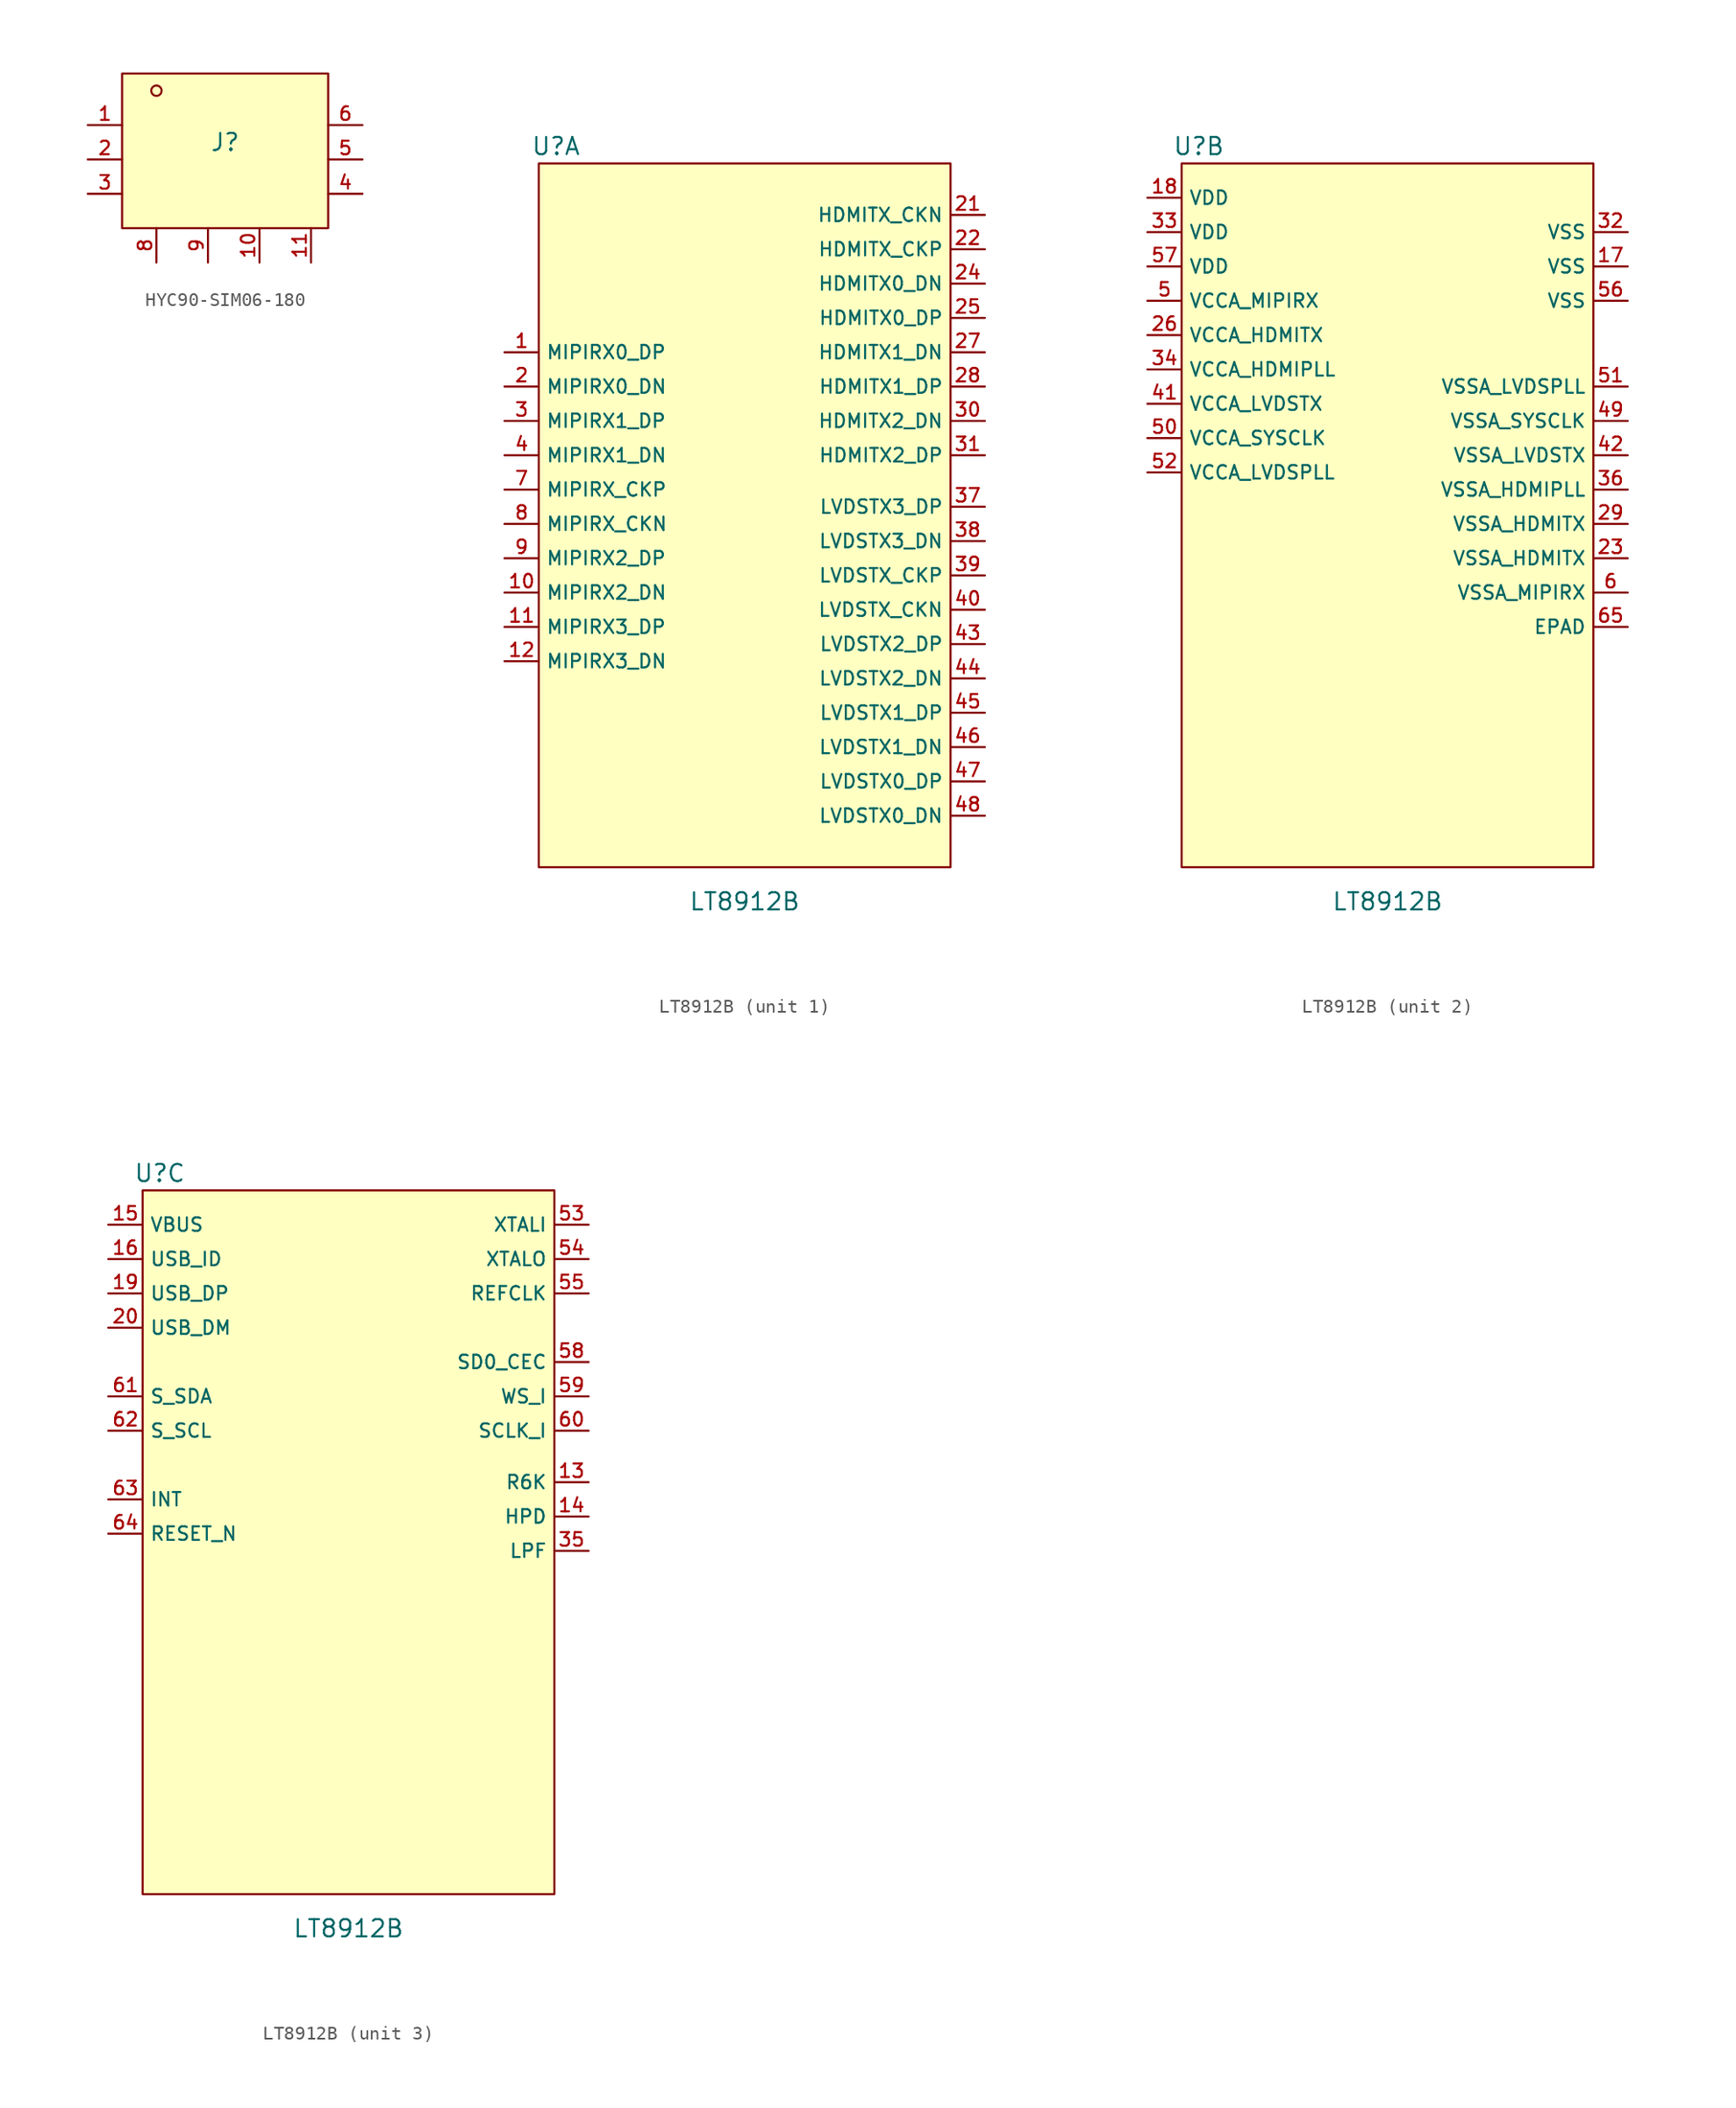
<source format=kicad_sym>
(kicad_symbol_lib
  (version 20241209)
  (generator "kicad_symbol_editor")
  (generator_version "9.0")
  (symbol "HYC90-SIM06-180"
    (pin_names
      (hide yes))
    (property "Reference" "J"
      (at 0 1.27 0)
      (effects (font (size 1.27 1.27))))
    (symbol "HYC90-SIM06-180_0_1"
      (rectangle (start -7.62 6.35) (end 7.62 -5.08) (stroke (width 0) (type default)) (fill (type background)))
      (circle (center -5.08 5.08) (radius 0.381) (stroke (width 0) (type default)) (fill (type background)))
      (pin unspecified line (at -10.16 2.54 0) (length 2.54) (name "VCC" (effects (font (size 1 1)))) (number "1" (effects (font (size 1 1)))))
      (pin unspecified line (at -10.16 0 0) (length 2.54) (name "RST" (effects (font (size 1 1)))) (number "2" (effects (font (size 1 1)))))
      (pin unspecified line (at -10.16 -2.54 0) (length 2.54) (name "CLK" (effects (font (size 1 1)))) (number "3" (effects (font (size 1 1)))))
      (pin unspecified line (at -5.08 -7.62 90) (length 2.54) (name "EP" (effects (font (size 1 1)))) (number "8" (effects (font (size 1 1)))))
      (pin unspecified line (at -1.27 -7.62 90) (length 2.54) (name "EP" (effects (font (size 1 1)))) (number "9" (effects (font (size 1 1)))))
      (pin unspecified line (at 2.54 -7.62 90) (length 2.54) (name "EP" (effects (font (size 1 1)))) (number "10" (effects (font (size 1 1)))))
      (pin unspecified line (at 6.35 -7.62 90) (length 2.54) (name "EP" (effects (font (size 1 1)))) (number "11" (effects (font (size 1 1)))))
      (pin unspecified line (at 10.16 2.54 180) (length 2.54) (name "IO" (effects (font (size 1 1)))) (number "6" (effects (font (size 1 1)))))
      (pin unspecified line (at 10.16 0 180) (length 2.54) (name "VPP" (effects (font (size 1 1)))) (number "5" (effects (font (size 1 1)))))
      (pin unspecified line (at 10.16 -2.54 180) (length 2.54) (name "GND" (effects (font (size 1 1)))) (number "4" (effects (font (size 1 1)))))))
  (symbol "LT8912B"
    (property "Reference" "U"
      (at -13.97 43.18 0)
      (effects (font (size 1.27 1.27))))
    (property "Value" "LT8912B"
      (at 0 -12.7 0)
      (effects (font (size 1.27 1.27))))
    (property "ki_locked" ""
      (at 0 0 0)
      (effects (font (size 1.27 1.27))))
    (symbol "LT8912B_0_1"
      (rectangle (start -15.24 41.91) (end 15.24 -10.16) (stroke (width 0) (type default)) (fill (type background))))
    (symbol "LT8912B_1_1"
      (pin unspecified line (at -17.78 27.94 0) (length 2.54) (name "MIPIRX0_DP" (effects (font (size 1 1)))) (number "1" (effects (font (size 1 1)))))
      (pin unspecified line (at -17.78 25.4 0) (length 2.54) (name "MIPIRX0_DN" (effects (font (size 1 1)))) (number "2" (effects (font (size 1 1)))))
      (pin unspecified line (at -17.78 22.86 0) (length 2.54) (name "MIPIRX1_DP" (effects (font (size 1 1)))) (number "3" (effects (font (size 1 1)))))
      (pin unspecified line (at -17.78 20.32 0) (length 2.54) (name "MIPIRX1_DN" (effects (font (size 1 1)))) (number "4" (effects (font (size 1 1)))))
      (pin unspecified line (at -17.78 17.78 0) (length 2.54) (name "MIPIRX_CKP" (effects (font (size 1 1)))) (number "7" (effects (font (size 1 1)))))
      (pin unspecified line (at -17.78 15.24 0) (length 2.54) (name "MIPIRX_CKN" (effects (font (size 1 1)))) (number "8" (effects (font (size 1 1)))))
      (pin unspecified line (at -17.78 12.7 0) (length 2.54) (name "MIPIRX2_DP" (effects (font (size 1 1)))) (number "9" (effects (font (size 1 1)))))
      (pin unspecified line (at -17.78 10.16 0) (length 2.54) (name "MIPIRX2_DN" (effects (font (size 1 1)))) (number "10" (effects (font (size 1 1)))))
      (pin unspecified line (at -17.78 7.62 0) (length 2.54) (name "MIPIRX3_DP" (effects (font (size 1 1)))) (number "11" (effects (font (size 1 1)))))
      (pin unspecified line (at -17.78 5.08 0) (length 2.54) (name "MIPIRX3_DN" (effects (font (size 1 1)))) (number "12" (effects (font (size 1 1)))))
      (pin unspecified line (at 17.78 38.1 180) (length 2.54) (name "HDMITX_CKN" (effects (font (size 1 1)))) (number "21" (effects (font (size 1 1)))))
      (pin unspecified line (at 17.78 35.56 180) (length 2.54) (name "HDMITX_CKP" (effects (font (size 1 1)))) (number "22" (effects (font (size 1 1)))))
      (pin unspecified line (at 17.78 33.02 180) (length 2.54) (name "HDMITX0_DN" (effects (font (size 1 1)))) (number "24" (effects (font (size 1 1)))))
      (pin unspecified line (at 17.78 30.48 180) (length 2.54) (name "HDMITX0_DP" (effects (font (size 1 1)))) (number "25" (effects (font (size 1 1)))))
      (pin unspecified line (at 17.78 27.94 180) (length 2.54) (name "HDMITX1_DN" (effects (font (size 1 1)))) (number "27" (effects (font (size 1 1)))))
      (pin unspecified line (at 17.78 25.4 180) (length 2.54) (name "HDMITX1_DP" (effects (font (size 1 1)))) (number "28" (effects (font (size 1 1)))))
      (pin unspecified line (at 17.78 22.86 180) (length 2.54) (name "HDMITX2_DN" (effects (font (size 1 1)))) (number "30" (effects (font (size 1 1)))))
      (pin unspecified line (at 17.78 20.32 180) (length 2.54) (name "HDMITX2_DP" (effects (font (size 1 1)))) (number "31" (effects (font (size 1 1)))))
      (pin unspecified line (at 17.78 16.51 180) (length 2.54) (name "LVDSTX3_DP" (effects (font (size 1 1)))) (number "37" (effects (font (size 1 1)))))
      (pin unspecified line (at 17.78 13.97 180) (length 2.54) (name "LVDSTX3_DN" (effects (font (size 1 1)))) (number "38" (effects (font (size 1 1)))))
      (pin unspecified line (at 17.78 11.43 180) (length 2.54) (name "LVDSTX_CKP" (effects (font (size 1 1)))) (number "39" (effects (font (size 1 1)))))
      (pin unspecified line (at 17.78 8.89 180) (length 2.54) (name "LVDSTX_CKN" (effects (font (size 1 1)))) (number "40" (effects (font (size 1 1)))))
      (pin unspecified line (at 17.78 6.35 180) (length 2.54) (name "LVDSTX2_DP" (effects (font (size 1 1)))) (number "43" (effects (font (size 1 1)))))
      (pin unspecified line (at 17.78 3.81 180) (length 2.54) (name "LVDSTX2_DN" (effects (font (size 1 1)))) (number "44" (effects (font (size 1 1)))))
      (pin unspecified line (at 17.78 1.27 180) (length 2.54) (name "LVDSTX1_DP" (effects (font (size 1 1)))) (number "45" (effects (font (size 1 1)))))
      (pin unspecified line (at 17.78 -1.27 180) (length 2.54) (name "LVDSTX1_DN" (effects (font (size 1 1)))) (number "46" (effects (font (size 1 1)))))
      (pin unspecified line (at 17.78 -3.81 180) (length 2.54) (name "LVDSTX0_DP" (effects (font (size 1 1)))) (number "47" (effects (font (size 1 1)))))
      (pin unspecified line (at 17.78 -6.35 180) (length 2.54) (name "LVDSTX0_DN" (effects (font (size 1 1)))) (number "48" (effects (font (size 1 1))))))
    (symbol "LT8912B_2_1"
      (pin unspecified line (at -17.78 39.37 0) (length 2.54) (name "VDD" (effects (font (size 1 1)))) (number "18" (effects (font (size 1 1)))))
      (pin unspecified line (at -17.78 36.83 0) (length 2.54) (name "VDD" (effects (font (size 1 1)))) (number "33" (effects (font (size 1 1)))))
      (pin unspecified line (at -17.78 34.29 0) (length 2.54) (name "VDD" (effects (font (size 1 1)))) (number "57" (effects (font (size 1 1)))))
      (pin unspecified line (at -17.78 31.75 0) (length 2.54) (name "VCCA_MIPIRX" (effects (font (size 1 1)))) (number "5" (effects (font (size 1 1)))))
      (pin unspecified line (at -17.78 29.21 0) (length 2.54) (name "VCCA_HDMITX" (effects (font (size 1 1)))) (number "26" (effects (font (size 1 1)))))
      (pin unspecified line (at -17.78 26.67 0) (length 2.54) (name "VCCA_HDMIPLL" (effects (font (size 1 1)))) (number "34" (effects (font (size 1 1)))))
      (pin unspecified line (at -17.78 24.13 0) (length 2.54) (name "VCCA_LVDSTX" (effects (font (size 1 1)))) (number "41" (effects (font (size 1 1)))))
      (pin unspecified line (at -17.78 21.59 0) (length 2.54) (name "VCCA_SYSCLK" (effects (font (size 1 1)))) (number "50" (effects (font (size 1 1)))))
      (pin unspecified line (at -17.78 19.05 0) (length 2.54) (name "VCCA_LVDSPLL" (effects (font (size 1 1)))) (number "52" (effects (font (size 1 1)))))
      (pin unspecified line (at 17.78 36.83 180) (length 2.54) (name "VSS" (effects (font (size 1 1)))) (number "32" (effects (font (size 1 1)))))
      (pin unspecified line (at 17.78 34.29 180) (length 2.54) (name "VSS" (effects (font (size 1 1)))) (number "17" (effects (font (size 1 1)))))
      (pin unspecified line (at 17.78 31.75 180) (length 2.54) (name "VSS" (effects (font (size 1 1)))) (number "56" (effects (font (size 1 1)))))
      (pin unspecified line (at 17.78 25.4 180) (length 2.54) (name "VSSA_LVDSPLL" (effects (font (size 1 1)))) (number "51" (effects (font (size 1 1)))))
      (pin unspecified line (at 17.78 22.86 180) (length 2.54) (name "VSSA_SYSCLK" (effects (font (size 1 1)))) (number "49" (effects (font (size 1 1)))))
      (pin unspecified line (at 17.78 20.32 180) (length 2.54) (name "VSSA_LVDSTX" (effects (font (size 1 1)))) (number "42" (effects (font (size 1 1)))))
      (pin unspecified line (at 17.78 17.78 180) (length 2.54) (name "VSSA_HDMIPLL" (effects (font (size 1 1)))) (number "36" (effects (font (size 1 1)))))
      (pin unspecified line (at 17.78 15.24 180) (length 2.54) (name "VSSA_HDMITX" (effects (font (size 1 1)))) (number "29" (effects (font (size 1 1)))))
      (pin unspecified line (at 17.78 12.7 180) (length 2.54) (name "VSSA_HDMITX" (effects (font (size 1 1)))) (number "23" (effects (font (size 1 1)))))
      (pin unspecified line (at 17.78 10.16 180) (length 2.54) (name "VSSA_MIPIRX" (effects (font (size 1 1)))) (number "6" (effects (font (size 1 1)))))
      (pin unspecified line (at 17.78 7.62 180) (length 2.54) (name "EPAD" (effects (font (size 1 1)))) (number "65" (effects (font (size 1 1))))))
    (symbol "LT8912B_3_1"
      (pin unspecified line (at -17.78 39.37 0) (length 2.54) (name "VBUS" (effects (font (size 1 1)))) (number "15" (effects (font (size 1 1)))))
      (pin unspecified line (at -17.78 36.83 0) (length 2.54) (name "USB_ID" (effects (font (size 1 1)))) (number "16" (effects (font (size 1 1)))))
      (pin unspecified line (at -17.78 34.29 0) (length 2.54) (name "USB_DP" (effects (font (size 1 1)))) (number "19" (effects (font (size 1 1)))))
      (pin unspecified line (at -17.78 31.75 0) (length 2.54) (name "USB_DM" (effects (font (size 1 1)))) (number "20" (effects (font (size 1 1)))))
      (pin unspecified line (at -17.78 26.67 0) (length 2.54) (name "S_SDA" (effects (font (size 1 1)))) (number "61" (effects (font (size 1 1)))))
      (pin unspecified line (at -17.78 24.13 0) (length 2.54) (name "S_SCL" (effects (font (size 1 1)))) (number "62" (effects (font (size 1 1)))))
      (pin unspecified line (at -17.78 19.05 0) (length 2.54) (name "INT" (effects (font (size 1 1)))) (number "63" (effects (font (size 1 1)))))
      (pin unspecified line (at -17.78 16.51 0) (length 2.54) (name "RESET_N" (effects (font (size 1 1)))) (number "64" (effects (font (size 1 1)))))
      (pin unspecified line (at 17.78 39.37 180) (length 2.54) (name "XTALI" (effects (font (size 1 1)))) (number "53" (effects (font (size 1 1)))))
      (pin unspecified line (at 17.78 36.83 180) (length 2.54) (name "XTALO" (effects (font (size 1 1)))) (number "54" (effects (font (size 1 1)))))
      (pin unspecified line (at 17.78 34.29 180) (length 2.54) (name "REFCLK" (effects (font (size 1 1)))) (number "55" (effects (font (size 1 1)))))
      (pin unspecified line (at 17.78 29.21 180) (length 2.54) (name "SD0_CEC" (effects (font (size 1 1)))) (number "58" (effects (font (size 1 1)))))
      (pin unspecified line (at 17.78 26.67 180) (length 2.54) (name "WS_I" (effects (font (size 1 1)))) (number "59" (effects (font (size 1 1)))))
      (pin unspecified line (at 17.78 24.13 180) (length 2.54) (name "SCLK_I" (effects (font (size 1 1)))) (number "60" (effects (font (size 1 1)))))
      (pin unspecified line (at 17.78 20.32 180) (length 2.54) (name "R6K" (effects (font (size 1 1)))) (number "13" (effects (font (size 1 1)))))
      (pin unspecified line (at 17.78 17.78 180) (length 2.54) (name "HPD" (effects (font (size 1 1)))) (number "14" (effects (font (size 1 1)))))
      (pin unspecified line (at 17.78 15.24 180) (length 2.54) (name "LPF" (effects (font (size 1 1)))) (number "35" (effects (font (size 1 1))))))))
</source>
